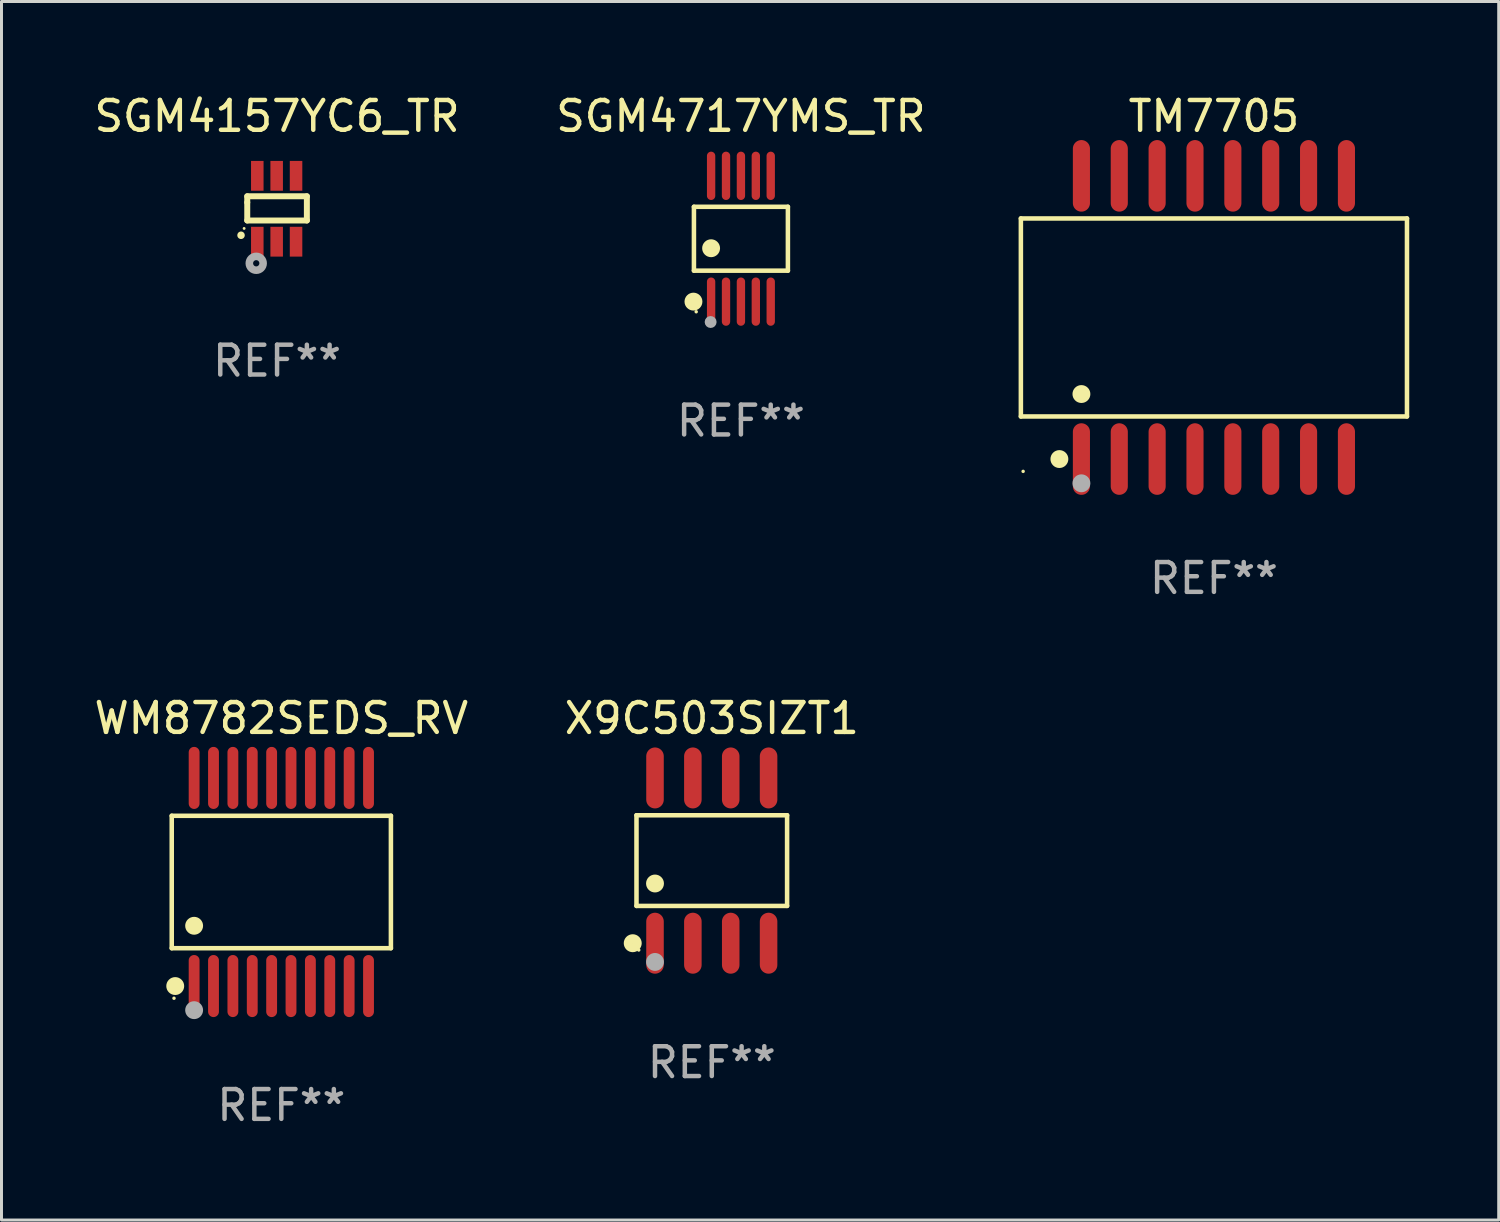
<source format=kicad_pcb>
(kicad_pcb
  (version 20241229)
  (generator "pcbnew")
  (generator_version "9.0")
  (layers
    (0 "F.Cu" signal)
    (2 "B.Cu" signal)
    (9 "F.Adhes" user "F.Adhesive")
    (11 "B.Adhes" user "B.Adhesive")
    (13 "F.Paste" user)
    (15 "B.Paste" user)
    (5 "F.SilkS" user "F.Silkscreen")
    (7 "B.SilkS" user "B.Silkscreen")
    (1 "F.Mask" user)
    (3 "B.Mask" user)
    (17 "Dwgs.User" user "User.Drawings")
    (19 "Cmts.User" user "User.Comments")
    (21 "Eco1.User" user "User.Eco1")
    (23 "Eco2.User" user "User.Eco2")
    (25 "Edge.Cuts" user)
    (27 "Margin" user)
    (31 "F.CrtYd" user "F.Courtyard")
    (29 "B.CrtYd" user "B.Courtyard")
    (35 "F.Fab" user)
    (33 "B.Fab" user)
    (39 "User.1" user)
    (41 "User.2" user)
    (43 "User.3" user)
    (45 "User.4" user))
  (footprint "SGM4157YC6_TR"
    (layer "F.Cu")
    (at 6.244 3.953)
    (property "Reference" "SGM4157YC6_TR" (at 0 -3.105 0) (layer "F.SilkS") (effects (font (size 1 1) (thickness 0.15))))
    (attr through_hole)
    (fp_line (start -1 -0.419) (end -1 -0.213) (stroke (width 0.2) (type solid)) (layer "F.SilkS"))
    (fp_line (start -1 -0.213) (end -1 0.393) (stroke (width 0.2) (type solid)) (layer "F.SilkS"))
    (fp_line (start -1 0.393) (end 1 0.393) (stroke (width 0.2) (type solid)) (layer "F.SilkS"))
    (fp_line (start 1 -0.419) (end -1 -0.419) (stroke (width 0.2) (type solid)) (layer "F.SilkS"))
    (fp_line (start 1 0.393) (end 1 -0.419) (stroke (width 0.2) (type solid)) (layer "F.SilkS"))
    (fp_arc (start -1.208509 0.890272) (mid -1.208515 0.889002) (end -1.208509 0.887732) (stroke (width 0.25) (type solid)) (layer "F.SilkS"))
    (fp_circle (center -1.105 0.66) (end -1.08 0.66) (stroke (width 0.05) (type solid)) (fill no) (layer "F.SilkS"))
    (fp_circle (center -0.699 1.829) (end -0.594 1.829) (stroke (width 0.254) (type solid)) (fill no) (layer "F.Fab"))
    (fp_text user "REF**" (at 0 5.105 0) (layer "F.Fab") (effects (font (size 1 1) (thickness 0.15))))
    (pad "1" smd rect (at -0.663 1.105) (size 0.42 1) (layers "F.Cu" "F.Mask" "F.Paste"))
    (pad "2" smd rect (at -0.013 1.105) (size 0.42 1) (layers "F.Cu" "F.Mask" "F.Paste"))
    (pad "3" smd rect (at 0.637 1.105) (size 0.42 1) (layers "F.Cu" "F.Mask" "F.Paste"))
    (pad "4" smd rect (at 0.637 -1.105 180) (size 0.42 1) (layers "F.Cu" "F.Mask" "F.Paste"))
    (pad "5" smd rect (at -0.013 -1.105 180) (size 0.42 1) (layers "F.Cu" "F.Mask" "F.Paste"))
    (pad "6" smd rect (at -0.663 -1.105 180) (size 0.42 1) (layers "F.Cu" "F.Mask" "F.Paste")))
  (footprint "X9C503SIZT1"
    (layer "F.Cu")
    (at 20.827 25.818)
    (property "Reference" "X9C503SIZT1" (at 0 -4.772 0) (layer "F.SilkS") (effects (font (size 1 1) (thickness 0.15))))
    (attr through_hole)
    (fp_line (start -2.526 -1.521) (end 2.526 -1.521) (stroke (width 0.152) (type solid)) (layer "F.SilkS"))
    (fp_line (start -2.526 1.521) (end -2.526 -1.521) (stroke (width 0.152) (type solid)) (layer "F.SilkS"))
    (fp_line (start 2.526 -1.521) (end 2.526 1.521) (stroke (width 0.152) (type solid)) (layer "F.SilkS"))
    (fp_line (start 2.526 1.521) (end -2.526 1.521) (stroke (width 0.152) (type solid)) (layer "F.SilkS"))
    (fp_circle (center -2.652 2.772) (end -2.501 2.772) (stroke (width 0.3) (type solid)) (fill no) (layer "F.SilkS"))
    (fp_circle (center -2.45 3) (end -2.42 3) (stroke (width 0.06) (type solid)) (fill no) (layer "F.SilkS"))
    (fp_circle (center -1.905 0.769) (end -1.755 0.769) (stroke (width 0.3) (type solid)) (fill no) (layer "F.SilkS"))
    (fp_circle (center -1.905 3.4) (end -1.755 3.4) (stroke (width 0.3) (type solid)) (fill no) (layer "F.Fab"))
    (fp_text user "REF**" (at 0 6.772 0) (layer "F.Fab") (effects (font (size 1 1) (thickness 0.15))))
    (pad "1" smd oval (at -1.905 2.772) (size 0.588 2.045) (layers "F.Cu" "F.Mask" "F.Paste"))
    (pad "2" smd oval (at -0.635 2.772) (size 0.588 2.045) (layers "F.Cu" "F.Mask" "F.Paste"))
    (pad "3" smd oval (at 0.635 2.772) (size 0.588 2.045) (layers "F.Cu" "F.Mask" "F.Paste"))
    (pad "4" smd oval (at 1.905 2.772) (size 0.588 2.045) (layers "F.Cu" "F.Mask" "F.Paste"))
    (pad "5" smd oval (at 1.905 -2.772) (size 0.588 2.045) (layers "F.Cu" "F.Mask" "F.Paste"))
    (pad "6" smd oval (at 0.635 -2.772) (size 0.588 2.045) (layers "F.Cu" "F.Mask" "F.Paste"))
    (pad "7" smd oval (at -0.635 -2.772) (size 0.588 2.045) (layers "F.Cu" "F.Mask" "F.Paste"))
    (pad "8" smd oval (at -1.905 -2.772) (size 0.588 2.045) (layers "F.Cu" "F.Mask" "F.Paste")))
  (footprint "TM7705"
    (layer "F.Cu")
    (at 37.671 7.599)
    (property "Reference" "TM7705" (at 0 -6.75 0) (layer "F.SilkS") (effects (font (size 1 1) (thickness 0.15))))
    (attr through_hole)
    (fp_line (start -6.476 -3.321) (end 6.476 -3.321) (stroke (width 0.152) (type solid)) (layer "F.SilkS"))
    (fp_line (start -6.476 3.321) (end -6.476 -3.321) (stroke (width 0.152) (type solid)) (layer "F.SilkS"))
    (fp_line (start 6.476 -3.321) (end 6.476 3.321) (stroke (width 0.152) (type solid)) (layer "F.SilkS"))
    (fp_line (start 6.476 3.321) (end -6.476 3.321) (stroke (width 0.152) (type solid)) (layer "F.SilkS"))
    (fp_circle (center -6.4 5.163) (end -6.37 5.163) (stroke (width 0.06) (type solid)) (fill no) (layer "F.SilkS"))
    (fp_circle (center -5.184 4.75) (end -5.034 4.75) (stroke (width 0.3) (type solid)) (fill no) (layer "F.SilkS"))
    (fp_circle (center -4.445 2.569) (end -4.295 2.569) (stroke (width 0.3) (type solid)) (fill no) (layer "F.SilkS"))
    (fp_circle (center -4.445 5.563) (end -4.295 5.563) (stroke (width 0.3) (type solid)) (fill no) (layer "F.Fab"))
    (fp_text user "REF**" (at 0 8.75 0) (layer "F.Fab") (effects (font (size 1 1) (thickness 0.15))))
    (pad "1" smd oval (at -4.445 4.75) (size 0.574 2.401) (layers "F.Cu" "F.Mask" "F.Paste"))
    (pad "2" smd oval (at -3.175 4.75) (size 0.574 2.401) (layers "F.Cu" "F.Mask" "F.Paste"))
    (pad "3" smd oval (at -1.905 4.75) (size 0.574 2.401) (layers "F.Cu" "F.Mask" "F.Paste"))
    (pad "4" smd oval (at -0.635 4.75) (size 0.574 2.401) (layers "F.Cu" "F.Mask" "F.Paste"))
    (pad "5" smd oval (at 0.635 4.75) (size 0.574 2.401) (layers "F.Cu" "F.Mask" "F.Paste"))
    (pad "6" smd oval (at 1.905 4.75) (size 0.574 2.401) (layers "F.Cu" "F.Mask" "F.Paste"))
    (pad "7" smd oval (at 3.175 4.75) (size 0.574 2.401) (layers "F.Cu" "F.Mask" "F.Paste"))
    (pad "8" smd oval (at 4.445 4.75) (size 0.574 2.401) (layers "F.Cu" "F.Mask" "F.Paste"))
    (pad "9" smd oval (at 4.445 -4.75) (size 0.574 2.401) (layers "F.Cu" "F.Mask" "F.Paste"))
    (pad "10" smd oval (at 3.175 -4.75) (size 0.574 2.401) (layers "F.Cu" "F.Mask" "F.Paste"))
    (pad "11" smd oval (at 1.905 -4.75) (size 0.574 2.401) (layers "F.Cu" "F.Mask" "F.Paste"))
    (pad "12" smd oval (at 0.635 -4.75) (size 0.574 2.401) (layers "F.Cu" "F.Mask" "F.Paste"))
    (pad "13" smd oval (at -0.635 -4.75) (size 0.574 2.401) (layers "F.Cu" "F.Mask" "F.Paste"))
    (pad "14" smd oval (at -1.905 -4.75) (size 0.574 2.401) (layers "F.Cu" "F.Mask" "F.Paste"))
    (pad "15" smd oval (at -3.175 -4.75) (size 0.574 2.401) (layers "F.Cu" "F.Mask" "F.Paste"))
    (pad "16" smd oval (at -4.445 -4.75) (size 0.574 2.401) (layers "F.Cu" "F.Mask" "F.Paste")))
  (footprint "WM8782SEDS_RV"
    (layer "F.Cu")
    (at 6.387 26.536)
    (property "Reference" "WM8782SEDS_RV" (at 0 -5.491 0) (layer "F.SilkS") (effects (font (size 1 1) (thickness 0.15))))
    (attr through_hole)
    (fp_line (start -3.676 -2.221) (end 3.676 -2.221) (stroke (width 0.152) (type solid)) (layer "F.SilkS"))
    (fp_line (start -3.676 2.221) (end -3.676 -2.221) (stroke (width 0.152) (type solid)) (layer "F.SilkS"))
    (fp_line (start 3.676 -2.221) (end 3.676 2.221) (stroke (width 0.152) (type solid)) (layer "F.SilkS"))
    (fp_line (start 3.676 2.221) (end -3.676 2.221) (stroke (width 0.152) (type solid)) (layer "F.SilkS"))
    (fp_circle (center -3.6 3.9) (end -3.57 3.9) (stroke (width 0.06) (type solid)) (fill no) (layer "F.SilkS"))
    (fp_circle (center -3.559 3.491) (end -3.409 3.491) (stroke (width 0.3) (type solid)) (fill no) (layer "F.SilkS"))
    (fp_circle (center -2.925 1.469) (end -2.775 1.469) (stroke (width 0.3) (type solid)) (fill no) (layer "F.SilkS"))
    (fp_circle (center -2.925 4.3) (end -2.775 4.3) (stroke (width 0.3) (type solid)) (fill no) (layer "F.Fab"))
    (fp_text user "REF**" (at 0 7.491 0) (layer "F.Fab") (effects (font (size 1 1) (thickness 0.15))))
    (pad "1" smd oval (at -2.925 3.491) (size 0.364 2.082) (layers "F.Cu" "F.Mask" "F.Paste"))
    (pad "2" smd oval (at -2.275 3.491) (size 0.364 2.082) (layers "F.Cu" "F.Mask" "F.Paste"))
    (pad "3" smd oval (at -1.625 3.491) (size 0.364 2.082) (layers "F.Cu" "F.Mask" "F.Paste"))
    (pad "4" smd oval (at -0.975 3.491) (size 0.364 2.082) (layers "F.Cu" "F.Mask" "F.Paste"))
    (pad "5" smd oval (at -0.325 3.491) (size 0.364 2.082) (layers "F.Cu" "F.Mask" "F.Paste"))
    (pad "6" smd oval (at 0.325 3.491) (size 0.364 2.082) (layers "F.Cu" "F.Mask" "F.Paste"))
    (pad "7" smd oval (at 0.975 3.491) (size 0.364 2.082) (layers "F.Cu" "F.Mask" "F.Paste"))
    (pad "8" smd oval (at 1.625 3.491) (size 0.364 2.082) (layers "F.Cu" "F.Mask" "F.Paste"))
    (pad "9" smd oval (at 2.275 3.491) (size 0.364 2.082) (layers "F.Cu" "F.Mask" "F.Paste"))
    (pad "10" smd oval (at 2.925 3.491) (size 0.364 2.082) (layers "F.Cu" "F.Mask" "F.Paste"))
    (pad "11" smd oval (at 2.925 -3.491) (size 0.364 2.082) (layers "F.Cu" "F.Mask" "F.Paste"))
    (pad "12" smd oval (at 2.275 -3.491) (size 0.364 2.082) (layers "F.Cu" "F.Mask" "F.Paste"))
    (pad "13" smd oval (at 1.625 -3.491) (size 0.364 2.082) (layers "F.Cu" "F.Mask" "F.Paste"))
    (pad "14" smd oval (at 0.975 -3.491) (size 0.364 2.082) (layers "F.Cu" "F.Mask" "F.Paste"))
    (pad "15" smd oval (at 0.325 -3.491) (size 0.364 2.082) (layers "F.Cu" "F.Mask" "F.Paste"))
    (pad "16" smd oval (at -0.325 -3.491) (size 0.364 2.082) (layers "F.Cu" "F.Mask" "F.Paste"))
    (pad "17" smd oval (at -0.975 -3.491) (size 0.364 2.082) (layers "F.Cu" "F.Mask" "F.Paste"))
    (pad "18" smd oval (at -1.625 -3.491) (size 0.364 2.082) (layers "F.Cu" "F.Mask" "F.Paste"))
    (pad "19" smd oval (at -2.275 -3.491) (size 0.364 2.082) (layers "F.Cu" "F.Mask" "F.Paste"))
    (pad "20" smd oval (at -2.925 -3.491) (size 0.364 2.082) (layers "F.Cu" "F.Mask" "F.Paste")))
  (footprint "SGM4717YMS_TR"
    (layer "F.Cu")
    (at 21.804 4.958)
    (property "Reference" "SGM4717YMS_TR" (at 0 -4.11 0) (layer "F.SilkS") (effects (font (size 1 1) (thickness 0.15))))
    (attr through_hole)
    (fp_line (start -1.576 -1.071) (end 1.576 -1.071) (stroke (width 0.152) (type solid)) (layer "F.SilkS"))
    (fp_line (start -1.576 1.071) (end -1.576 -1.071) (stroke (width 0.152) (type solid)) (layer "F.SilkS"))
    (fp_line (start 1.576 -1.071) (end 1.576 1.071) (stroke (width 0.152) (type solid)) (layer "F.SilkS"))
    (fp_line (start 1.576 1.071) (end -1.576 1.071) (stroke (width 0.152) (type solid)) (layer "F.SilkS"))
    (fp_circle (center -1.592 2.11) (end -1.442 2.11) (stroke (width 0.3) (type solid)) (fill no) (layer "F.SilkS"))
    (fp_circle (center -1.5 2.45) (end -1.47 2.45) (stroke (width 0.06) (type solid)) (fill no) (layer "F.SilkS"))
    (fp_circle (center -1 0.319) (end -0.85 0.319) (stroke (width 0.3) (type solid)) (fill no) (layer "F.SilkS"))
    (fp_circle (center -1.016 2.794) (end -0.916 2.794) (stroke (width 0.2) (type solid)) (fill no) (layer "F.Fab"))
    (fp_text user "REF**" (at 0 6.11 0) (layer "F.Fab") (effects (font (size 1 1) (thickness 0.15))))
    (pad "1" smd oval (at -1 2.11) (size 0.28 1.62) (layers "F.Cu" "F.Mask" "F.Paste"))
    (pad "2" smd oval (at -0.5 2.11) (size 0.28 1.62) (layers "F.Cu" "F.Mask" "F.Paste"))
    (pad "3" smd oval (at 0 2.11) (size 0.28 1.62) (layers "F.Cu" "F.Mask" "F.Paste"))
    (pad "4" smd oval (at 0.5 2.11) (size 0.28 1.62) (layers "F.Cu" "F.Mask" "F.Paste"))
    (pad "5" smd oval (at 1 2.11) (size 0.28 1.62) (layers "F.Cu" "F.Mask" "F.Paste"))
    (pad "6" smd oval (at 1 -2.11) (size 0.28 1.62) (layers "F.Cu" "F.Mask" "F.Paste"))
    (pad "7" smd oval (at 0.5 -2.11) (size 0.28 1.62) (layers "F.Cu" "F.Mask" "F.Paste"))
    (pad "8" smd oval (at 0 -2.11) (size 0.28 1.62) (layers "F.Cu" "F.Mask" "F.Paste"))
    (pad "9" smd oval (at -0.5 -2.11) (size 0.28 1.62) (layers "F.Cu" "F.Mask" "F.Paste"))
    (pad "10" smd oval (at -1 -2.11) (size 0.28 1.62) (layers "F.Cu" "F.Mask" "F.Paste")))
  (gr_rect
    (start -3 -3)
    (end 47.224 37.876)
    (stroke (width 0.1) (type default))
    (fill no)
    (layer "Edge.Cuts")))
</source>
